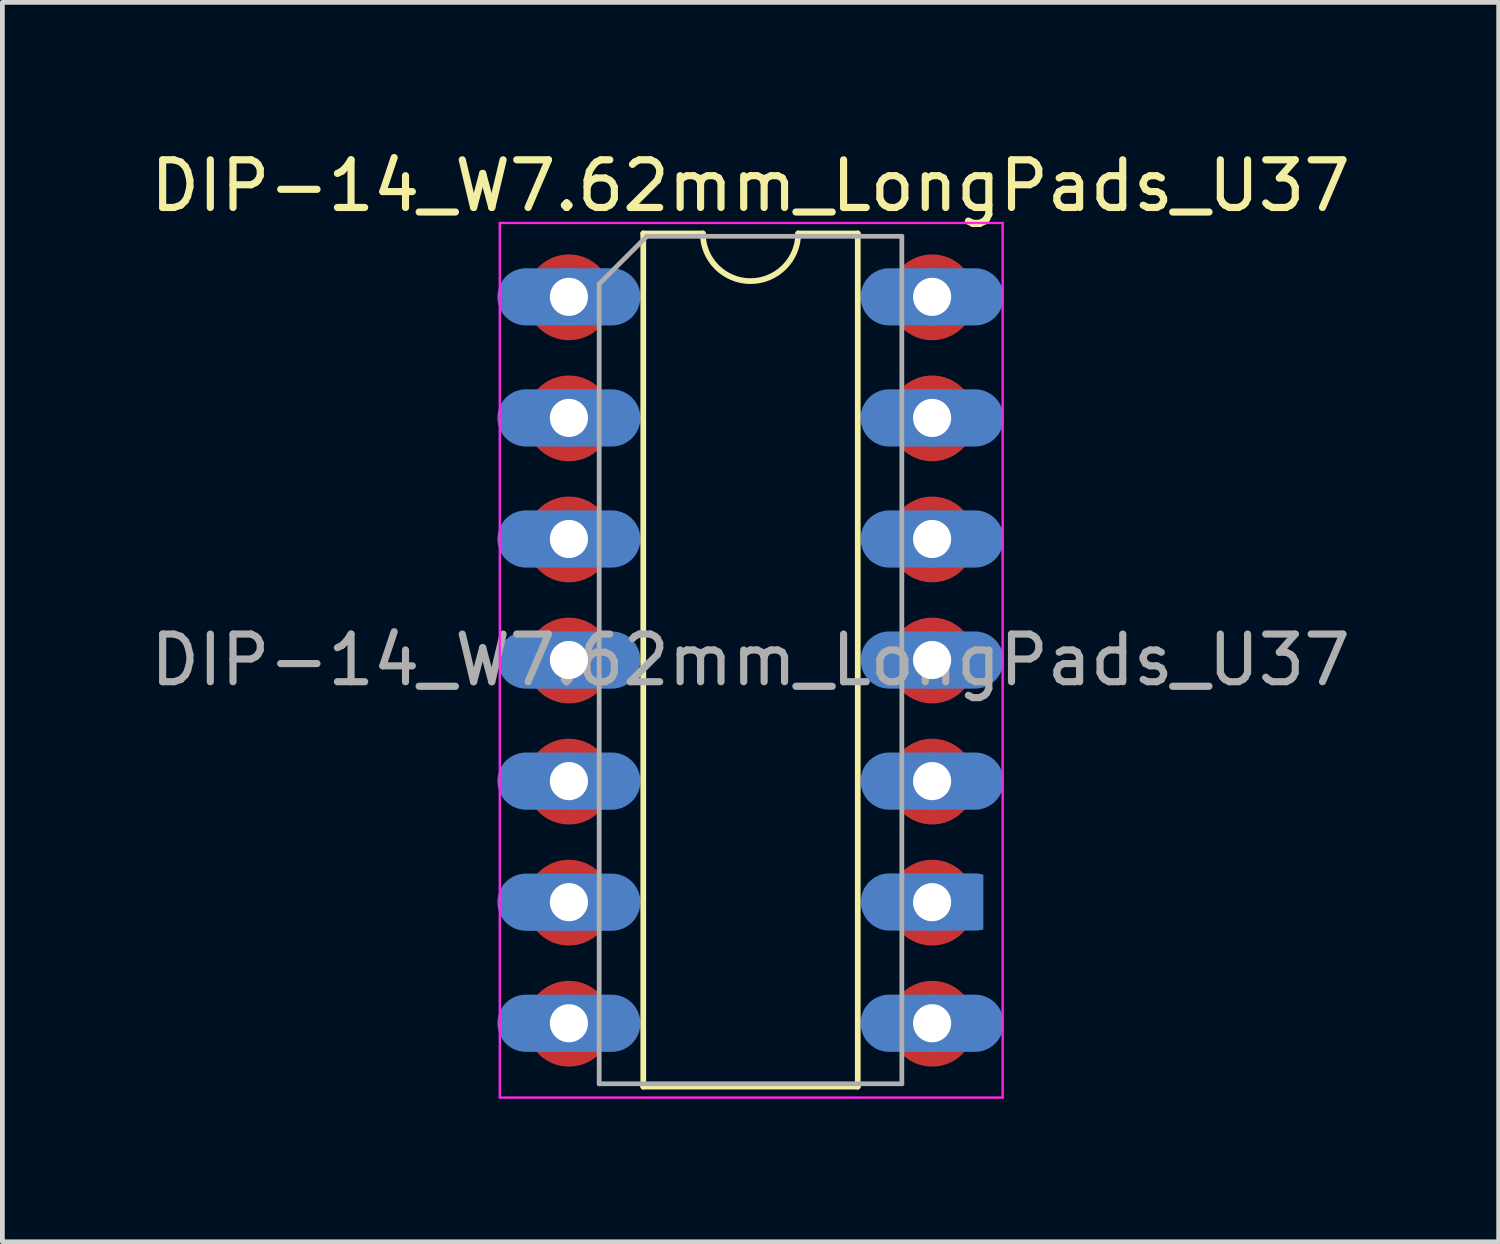
<source format=kicad_pcb>
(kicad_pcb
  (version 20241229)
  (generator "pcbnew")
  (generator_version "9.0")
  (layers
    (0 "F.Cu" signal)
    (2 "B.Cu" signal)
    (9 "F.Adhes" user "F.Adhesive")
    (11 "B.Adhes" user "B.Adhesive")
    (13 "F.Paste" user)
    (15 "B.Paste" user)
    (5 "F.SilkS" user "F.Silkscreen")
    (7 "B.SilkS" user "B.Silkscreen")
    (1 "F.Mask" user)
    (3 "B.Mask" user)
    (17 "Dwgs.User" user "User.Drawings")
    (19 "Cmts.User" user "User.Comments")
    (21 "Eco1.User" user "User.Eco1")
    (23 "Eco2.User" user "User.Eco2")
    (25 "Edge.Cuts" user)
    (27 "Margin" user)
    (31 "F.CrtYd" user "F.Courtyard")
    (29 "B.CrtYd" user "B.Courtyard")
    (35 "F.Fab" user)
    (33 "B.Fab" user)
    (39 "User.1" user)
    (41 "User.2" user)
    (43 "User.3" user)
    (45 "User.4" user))
  (footprint "DIP-14_W7.62mm_LongPads_U37"
    (layer "F.Cu")
    (at 8.886 3.178)
    (property "Reference" "DIP-14_W7.62mm_LongPads_U37" (at 3.81 -2.33 0) (layer "F.SilkS") (effects (font (size 1 1) (thickness 0.15))))
    (attr through_hole)
    (fp_line (start 1.56 -1.33) (end 1.56 16.57) (stroke (width 0.12) (type solid)) (layer "F.SilkS"))
    (fp_line (start 1.56 16.57) (end 6.06 16.57) (stroke (width 0.12) (type solid)) (layer "F.SilkS"))
    (fp_line (start 2.81 -1.33) (end 1.56 -1.33) (stroke (width 0.12) (type solid)) (layer "F.SilkS"))
    (fp_line (start 6.06 -1.33) (end 4.81 -1.33) (stroke (width 0.12) (type solid)) (layer "F.SilkS"))
    (fp_line (start 6.06 16.57) (end 6.06 -1.33) (stroke (width 0.12) (type solid)) (layer "F.SilkS"))
    (fp_arc (start 4.81 -1.33) (mid 3.81 -0.33) (end 2.81 -1.33) (stroke (width 0.12) (type solid)) (layer "F.SilkS"))
    (fp_line (start -1.45 -1.55) (end -1.45 16.8) (stroke (width 0.05) (type solid)) (layer "F.CrtYd"))
    (fp_line (start -1.45 16.8) (end 9.1 16.8) (stroke (width 0.05) (type solid)) (layer "F.CrtYd"))
    (fp_line (start 9.1 -1.55) (end -1.45 -1.55) (stroke (width 0.05) (type solid)) (layer "F.CrtYd"))
    (fp_line (start 9.1 16.8) (end 9.1 -1.55) (stroke (width 0.05) (type solid)) (layer "F.CrtYd"))
    (fp_line (start 0.635 -0.27) (end 1.635 -1.27) (stroke (width 0.1) (type solid)) (layer "F.Fab"))
    (fp_line (start 0.635 16.51) (end 0.635 -0.27) (stroke (width 0.1) (type solid)) (layer "F.Fab"))
    (fp_line (start 1.635 -1.27) (end 6.985 -1.27) (stroke (width 0.1) (type solid)) (layer "F.Fab"))
    (fp_line (start 6.985 -1.27) (end 6.985 16.51) (stroke (width 0.1) (type solid)) (layer "F.Fab"))
    (fp_line (start 6.985 16.51) (end 0.635 16.51) (stroke (width 0.1) (type solid)) (layer "F.Fab"))
    (fp_text user "${REFERENCE}" (at 3.81 7.62 0) (layer "F.Fab") (effects (font (size 1 1) (thickness 0.15))))
    (pad "1" thru_hole circle (at 0 0) (size 1.2 1.2) (drill 0.8) (layers "*.Cu" "*.Mask"))
    (pad "1" smd oval (at 0 0) (size 3 1.2) (layers "B.Cu" "B.Mask"))
    (pad "1" smd circle (at 0 0.01) (size 1.8 1.8) (layers "F.Cu" "F.Mask"))
    (pad "2" thru_hole circle (at 0 2.54) (size 1.2 1.2) (drill 0.8) (layers "*.Cu" "*.Mask"))
    (pad "2" smd oval (at 0 2.54) (size 3 1.2) (layers "B.Cu" "B.Mask"))
    (pad "2" smd circle (at 0 2.55) (size 1.8 1.8) (layers "F.Cu" "F.Mask"))
    (pad "3" thru_hole circle (at 0 5.08) (size 1.2 1.2) (drill 0.8) (layers "*.Cu" "*.Mask"))
    (pad "3" smd oval (at 0 5.08) (size 3 1.2) (layers "B.Cu" "B.Mask"))
    (pad "3" smd circle (at 0 5.09) (size 1.8 1.8) (layers "F.Cu" "F.Mask"))
    (pad "4" thru_hole circle (at 0 7.62) (size 1.2 1.2) (drill 0.8) (layers "*.Cu" "*.Mask"))
    (pad "4" smd oval (at 0 7.62) (size 3 1.2) (layers "B.Cu" "B.Mask"))
    (pad "4" smd circle (at 0 7.63) (size 1.8 1.8) (layers "F.Cu" "F.Mask"))
    (pad "5" thru_hole circle (at 0 10.16) (size 1.2 1.2) (drill 0.8) (layers "*.Cu" "*.Mask"))
    (pad "5" smd oval (at 0 10.16) (size 3 1.2) (layers "B.Cu" "B.Mask"))
    (pad "5" smd circle (at 0 10.17) (size 1.8 1.8) (layers "F.Cu" "F.Mask"))
    (pad "6" thru_hole circle (at 0 12.7) (size 1.2 1.2) (drill 0.8) (layers "*.Cu" "*.Mask"))
    (pad "6" smd oval (at 0 12.7) (size 3 1.2) (layers "B.Cu" "B.Mask"))
    (pad "6" smd circle (at 0 12.71) (size 1.8 1.8) (layers "F.Cu" "F.Mask"))
    (pad "7" thru_hole circle (at 0 15.24) (size 1.2 1.2) (drill 0.8) (layers "*.Cu" "*.Mask"))
    (pad "7" smd oval (at 0 15.24) (size 3 1.2) (layers "B.Cu" "B.Mask"))
    (pad "7" smd circle (at 0 15.25) (size 1.8 1.8) (layers "F.Cu" "F.Mask"))
    (pad "8" thru_hole circle (at 7.62 15.24) (size 1.2 1.2) (drill 0.8) (layers "*.Cu" "*.Mask"))
    (pad "8" smd oval (at 7.62 15.24) (size 3 1.2) (layers "B.Cu" "B.Mask"))
    (pad "8" smd circle (at 7.62 15.25) (size 1.8 1.8) (layers "F.Cu" "F.Mask"))
    (pad "9" thru_hole circle (at 7.62 12.7) (size 1.2 1.2) (drill 0.8) (layers "*.Cu" "*.Mask"))
    (pad "9" smd custom (at 7.62 12.7 180) (size 1.2 1.2) (layers "B.Cu" "B.Mask") (options (anchor circle)) (primitives (gr_poly (pts (xy -1.058 -0.576) (xy -1.039 -0.581) (xy -1.019 -0.585) (xy -0.998 -0.589) (xy -0.976 -0.592) (xy -0.954 -0.594) (xy -0.93 -0.595) (xy -0.918 -0.596) (xy -0.906 -0.596) (xy 0.895 -0.596) (xy 0.927 -0.595) (xy 0.958 -0.593) (xy 0.989 -0.589) (xy 1.019 -0.583) (xy 1.049 -0.576) (xy 1.078 -0.568) (xy 1.106 -0.558) (xy 1.134 -0.547) (xy 1.16 -0.534) (xy 1.186 -0.521) (xy 1.211 -0.506) (xy 1.236 -0.49) (xy 1.259 -0.473) (xy 1.282 -0.455) (xy 1.303 -0.435) (xy 1.324 -0.415) (xy 1.343 -0.394) (xy 1.362 -0.372) (xy 1.379 -0.349) (xy 1.395 -0.326) (xy 1.411 -0.301) (xy 1.425 -0.276) (xy 1.437 -0.25) (xy 1.449 -0.224) (xy 1.459 -0.197) (xy 1.468 -0.169) (xy 1.476 -0.141) (xy 1.483 -0.113) (xy 1.488 -0.084) (xy 1.491 -0.055) (xy 1.494 -0.026) (xy 1.494 0.004) (xy 1.494 0.036) (xy 1.491 0.066) (xy 1.487 0.097) (xy 1.482 0.127) (xy 1.475 0.156) (xy 1.467 0.185) (xy 1.457 0.213) (xy 1.446 0.24) (xy 1.434 0.267) (xy 1.421 0.293) (xy 1.406 0.318) (xy 1.39 0.342) (xy 1.373 0.366) (xy 1.355 0.388) (xy 1.336 0.41) (xy 1.316 0.431) (xy 1.295 0.45) (xy 1.273 0.469) (xy 1.251 0.487) (xy 1.227 0.503) (xy 1.203 0.519) (xy 1.178 0.533) (xy 1.152 0.546) (xy 1.125 0.558) (xy 1.098 0.568) (xy 1.071 0.578) (xy 1.043 0.586) (xy 1.014 0.592) (xy 0.985 0.597) (xy 0.955 0.601) (xy 0.925 0.603) (xy 0.895 0.604) (xy -0.906 0.604) (xy -0.918 0.604) (xy -0.929 0.604) (xy -0.941 0.603) (xy -0.952 0.602) (xy -0.963 0.601) (xy -0.974 0.599) (xy -0.985 0.597) (xy -0.996 0.595) (xy -1.007 0.593) (xy -1.017 0.591) (xy -1.037 0.586) (xy -1.057 0.58) (xy -1.076 0.574) (xy -1.076 -0.571)) (width 0) (fill yes))))
    (pad "9" smd circle (at 7.62 12.71) (size 1.8 1.8) (layers "F.Cu" "F.Mask"))
    (pad "10" thru_hole circle (at 7.62 10.16) (size 1.2 1.2) (drill 0.8) (layers "*.Cu" "*.Mask"))
    (pad "10" smd oval (at 7.62 10.16) (size 3 1.2) (layers "B.Cu" "B.Mask"))
    (pad "10" smd circle (at 7.62 10.17) (size 1.8 1.8) (layers "F.Cu" "F.Mask"))
    (pad "11" thru_hole circle (at 7.62 7.62) (size 1.2 1.2) (drill 0.8) (layers "*.Cu" "*.Mask"))
    (pad "11" smd oval (at 7.62 7.62) (size 3 1.2) (layers "B.Cu" "B.Mask"))
    (pad "11" smd circle (at 7.62 7.63) (size 1.8 1.8) (layers "F.Cu" "F.Mask"))
    (pad "12" thru_hole circle (at 7.62 5.08) (size 1.2 1.2) (drill 0.8) (layers "*.Cu" "*.Mask"))
    (pad "12" smd oval (at 7.62 5.08) (size 3 1.2) (layers "B.Cu" "B.Mask"))
    (pad "12" smd circle (at 7.62 5.09) (size 1.8 1.8) (layers "F.Cu" "F.Mask"))
    (pad "13" thru_hole circle (at 7.62 2.54) (size 1.2 1.2) (drill 0.8) (layers "*.Cu" "*.Mask"))
    (pad "13" smd oval (at 7.62 2.54) (size 3 1.2) (layers "B.Cu" "B.Mask"))
    (pad "13" smd circle (at 7.62 2.55) (size 1.8 1.8) (layers "F.Cu" "F.Mask"))
    (pad "14" thru_hole circle (at 7.62 0) (size 1.2 1.2) (drill 0.8) (layers "*.Cu" "*.Mask"))
    (pad "14" smd oval (at 7.62 0) (size 3 1.2) (layers "B.Cu" "B.Mask"))
    (pad "14" smd circle (at 7.62 0.01) (size 1.8 1.8) (layers "F.Cu" "F.Mask")))
  (gr_rect
    (start -3 -3)
    (end 28.393 23.003)
    (stroke (width 0.1) (type default))
    (fill no)
    (layer "Edge.Cuts")))
</source>
